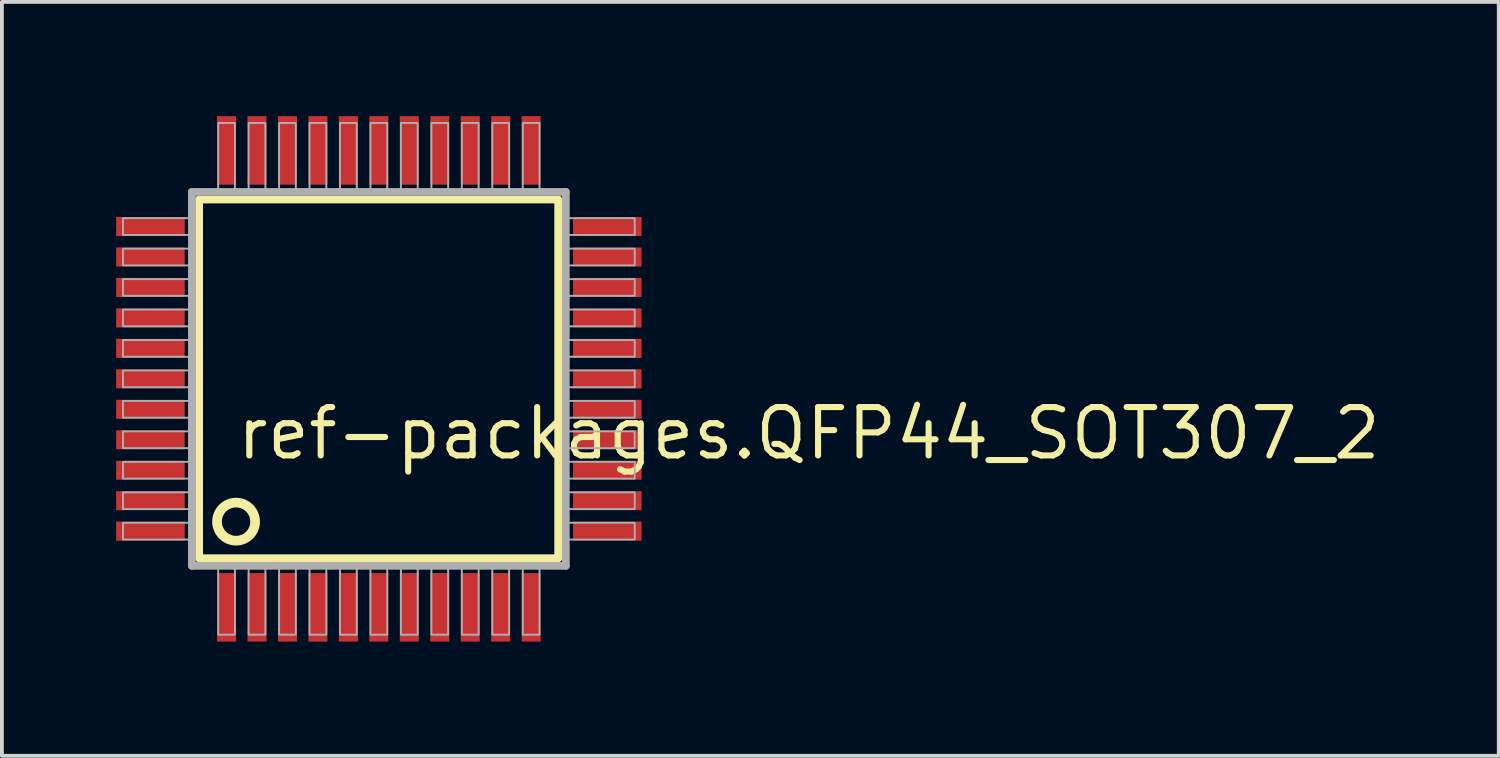
<source format=kicad_pcb>
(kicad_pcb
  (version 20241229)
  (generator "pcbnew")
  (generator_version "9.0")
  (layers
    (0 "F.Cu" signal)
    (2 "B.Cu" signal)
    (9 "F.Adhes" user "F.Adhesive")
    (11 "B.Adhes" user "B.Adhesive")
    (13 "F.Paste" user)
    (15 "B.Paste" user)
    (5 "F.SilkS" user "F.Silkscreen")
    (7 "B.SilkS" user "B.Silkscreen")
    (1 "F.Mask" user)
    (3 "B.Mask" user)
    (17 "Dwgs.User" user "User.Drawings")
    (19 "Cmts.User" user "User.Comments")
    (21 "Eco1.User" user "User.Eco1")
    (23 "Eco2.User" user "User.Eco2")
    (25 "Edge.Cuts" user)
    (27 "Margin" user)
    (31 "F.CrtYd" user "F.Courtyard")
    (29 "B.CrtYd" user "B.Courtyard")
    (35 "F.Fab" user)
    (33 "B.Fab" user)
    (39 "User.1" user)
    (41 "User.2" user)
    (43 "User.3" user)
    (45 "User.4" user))
  (footprint "ref-packages.QFP44_SOT307_2"
    (layer "F.Cu")
    (at 6.9 6.9)
    (property "Reference" "ref-packages.QFP44_SOT307_2" (at -3.81 2.175 0) (layer "F.SilkS") (effects (font (size 1.27 1.27) (thickness 0.16)) (justify left bottom)))
    (attr smd)
    (fp_line (start -4.72 -4.71) (end 4.71 -4.71) (stroke (width 0.203) (type default)) (layer "F.SilkS"))
    (fp_line (start -4.72 4.71) (end -4.72 -4.71) (stroke (width 0.203) (type default)) (layer "F.SilkS"))
    (fp_line (start 4.71 -4.71) (end 4.71 4.71) (stroke (width 0.203) (type default)) (layer "F.SilkS"))
    (fp_line (start 4.71 4.71) (end -4.72 4.71) (stroke (width 0.203) (type default)) (layer "F.SilkS"))
    (fp_circle (center -3.75 3.75) (end -3.25 3.75) (stroke (width 0.254) (type default)) (fill no) (layer "F.SilkS"))
    (fp_line (start -4.91 -4.91) (end -4.91 4.91) (stroke (width 0.203) (type default)) (layer "F.Fab"))
    (fp_line (start -4.91 4.91) (end 4.91 4.91) (stroke (width 0.203) (type default)) (layer "F.Fab"))
    (fp_line (start 4.91 -4.91) (end -4.91 -4.91) (stroke (width 0.203) (type default)) (layer "F.Fab"))
    (fp_line (start 4.91 4.91) (end 4.91 -4.91) (stroke (width 0.203) (type default)) (layer "F.Fab"))
    (fp_rect (start -6.72 -3.78) (end -4.95 -4.22) (stroke (width 0.05) (type default)) (fill no) (layer "F.Fab"))
    (fp_rect (start -6.72 -2.98) (end -4.95 -3.42) (stroke (width 0.05) (type default)) (fill no) (layer "F.Fab"))
    (fp_rect (start -6.72 -2.18) (end -4.95 -2.62) (stroke (width 0.05) (type default)) (fill no) (layer "F.Fab"))
    (fp_rect (start -6.72 -1.38) (end -4.95 -1.82) (stroke (width 0.05) (type default)) (fill no) (layer "F.Fab"))
    (fp_rect (start -6.72 -0.58) (end -4.95 -1.02) (stroke (width 0.05) (type default)) (fill no) (layer "F.Fab"))
    (fp_rect (start -6.72 0.22) (end -4.95 -0.22) (stroke (width 0.05) (type default)) (fill no) (layer "F.Fab"))
    (fp_rect (start -6.72 1.02) (end -4.95 0.58) (stroke (width 0.05) (type default)) (fill no) (layer "F.Fab"))
    (fp_rect (start -6.72 1.82) (end -4.95 1.38) (stroke (width 0.05) (type default)) (fill no) (layer "F.Fab"))
    (fp_rect (start -6.72 2.62) (end -4.95 2.18) (stroke (width 0.05) (type default)) (fill no) (layer "F.Fab"))
    (fp_rect (start -6.72 3.42) (end -4.95 2.98) (stroke (width 0.05) (type default)) (fill no) (layer "F.Fab"))
    (fp_rect (start -6.72 4.22) (end -4.95 3.78) (stroke (width 0.05) (type default)) (fill no) (layer "F.Fab"))
    (fp_rect (start -4.22 -4.95) (end -3.78 -6.72) (stroke (width 0.05) (type default)) (fill no) (layer "F.Fab"))
    (fp_rect (start -4.22 6.72) (end -3.78 4.95) (stroke (width 0.05) (type default)) (fill no) (layer "F.Fab"))
    (fp_rect (start -3.42 -4.95) (end -2.98 -6.72) (stroke (width 0.05) (type default)) (fill no) (layer "F.Fab"))
    (fp_rect (start -3.42 6.72) (end -2.98 4.95) (stroke (width 0.05) (type default)) (fill no) (layer "F.Fab"))
    (fp_rect (start -2.62 -4.95) (end -2.18 -6.72) (stroke (width 0.05) (type default)) (fill no) (layer "F.Fab"))
    (fp_rect (start -2.62 6.72) (end -2.18 4.95) (stroke (width 0.05) (type default)) (fill no) (layer "F.Fab"))
    (fp_rect (start -1.82 -4.95) (end -1.38 -6.72) (stroke (width 0.05) (type default)) (fill no) (layer "F.Fab"))
    (fp_rect (start -1.82 6.72) (end -1.38 4.95) (stroke (width 0.05) (type default)) (fill no) (layer "F.Fab"))
    (fp_rect (start -1.02 -4.95) (end -0.58 -6.72) (stroke (width 0.05) (type default)) (fill no) (layer "F.Fab"))
    (fp_rect (start -1.02 6.72) (end -0.58 4.95) (stroke (width 0.05) (type default)) (fill no) (layer "F.Fab"))
    (fp_rect (start -0.22 -4.95) (end 0.22 -6.72) (stroke (width 0.05) (type default)) (fill no) (layer "F.Fab"))
    (fp_rect (start -0.22 6.72) (end 0.22 4.95) (stroke (width 0.05) (type default)) (fill no) (layer "F.Fab"))
    (fp_rect (start 0.58 -4.95) (end 1.02 -6.72) (stroke (width 0.05) (type default)) (fill no) (layer "F.Fab"))
    (fp_rect (start 0.58 6.72) (end 1.02 4.95) (stroke (width 0.05) (type default)) (fill no) (layer "F.Fab"))
    (fp_rect (start 1.38 -4.95) (end 1.82 -6.72) (stroke (width 0.05) (type default)) (fill no) (layer "F.Fab"))
    (fp_rect (start 1.38 6.72) (end 1.82 4.95) (stroke (width 0.05) (type default)) (fill no) (layer "F.Fab"))
    (fp_rect (start 2.18 -4.95) (end 2.62 -6.72) (stroke (width 0.05) (type default)) (fill no) (layer "F.Fab"))
    (fp_rect (start 2.18 6.72) (end 2.62 4.95) (stroke (width 0.05) (type default)) (fill no) (layer "F.Fab"))
    (fp_rect (start 2.98 -4.95) (end 3.42 -6.72) (stroke (width 0.05) (type default)) (fill no) (layer "F.Fab"))
    (fp_rect (start 2.98 6.72) (end 3.42 4.95) (stroke (width 0.05) (type default)) (fill no) (layer "F.Fab"))
    (fp_rect (start 3.78 -4.95) (end 4.22 -6.72) (stroke (width 0.05) (type default)) (fill no) (layer "F.Fab"))
    (fp_rect (start 3.78 6.72) (end 4.22 4.95) (stroke (width 0.05) (type default)) (fill no) (layer "F.Fab"))
    (fp_rect (start 4.95 -3.78) (end 6.72 -4.22) (stroke (width 0.05) (type default)) (fill no) (layer "F.Fab"))
    (fp_rect (start 4.95 -2.98) (end 6.72 -3.42) (stroke (width 0.05) (type default)) (fill no) (layer "F.Fab"))
    (fp_rect (start 4.95 -2.18) (end 6.72 -2.62) (stroke (width 0.05) (type default)) (fill no) (layer "F.Fab"))
    (fp_rect (start 4.95 -1.38) (end 6.72 -1.82) (stroke (width 0.05) (type default)) (fill no) (layer "F.Fab"))
    (fp_rect (start 4.95 -0.58) (end 6.72 -1.02) (stroke (width 0.05) (type default)) (fill no) (layer "F.Fab"))
    (fp_rect (start 4.95 0.22) (end 6.72 -0.22) (stroke (width 0.05) (type default)) (fill no) (layer "F.Fab"))
    (fp_rect (start 4.95 1.02) (end 6.72 0.58) (stroke (width 0.05) (type default)) (fill no) (layer "F.Fab"))
    (fp_rect (start 4.95 1.82) (end 6.72 1.38) (stroke (width 0.05) (type default)) (fill no) (layer "F.Fab"))
    (fp_rect (start 4.95 2.62) (end 6.72 2.18) (stroke (width 0.05) (type default)) (fill no) (layer "F.Fab"))
    (fp_rect (start 4.95 3.42) (end 6.72 2.98) (stroke (width 0.05) (type default)) (fill no) (layer "F.Fab"))
    (fp_rect (start 4.95 4.22) (end 6.72 3.78) (stroke (width 0.05) (type default)) (fill no) (layer "F.Fab"))
    (pad "1" smd roundrect (at -4 6) (size 0.5 1.8) (layers "F.Cu" "F.Mask" "F.Paste") (roundrect_rratio 0.01))
    (pad "2" smd roundrect (at -3.2 6) (size 0.5 1.8) (layers "F.Cu" "F.Mask" "F.Paste") (roundrect_rratio 0.01))
    (pad "3" smd roundrect (at -2.4 6) (size 0.5 1.8) (layers "F.Cu" "F.Mask" "F.Paste") (roundrect_rratio 0.01))
    (pad "4" smd roundrect (at -1.6 6) (size 0.5 1.8) (layers "F.Cu" "F.Mask" "F.Paste") (roundrect_rratio 0.01))
    (pad "5" smd roundrect (at -0.8 6) (size 0.5 1.8) (layers "F.Cu" "F.Mask" "F.Paste") (roundrect_rratio 0.01))
    (pad "6" smd roundrect (at 0 6) (size 0.5 1.8) (layers "F.Cu" "F.Mask" "F.Paste") (roundrect_rratio 0.01))
    (pad "7" smd roundrect (at 0.8 6) (size 0.5 1.8) (layers "F.Cu" "F.Mask" "F.Paste") (roundrect_rratio 0.01))
    (pad "8" smd roundrect (at 1.6 6) (size 0.5 1.8) (layers "F.Cu" "F.Mask" "F.Paste") (roundrect_rratio 0.01))
    (pad "9" smd roundrect (at 2.4 6) (size 0.5 1.8) (layers "F.Cu" "F.Mask" "F.Paste") (roundrect_rratio 0.01))
    (pad "10" smd roundrect (at 3.2 6) (size 0.5 1.8) (layers "F.Cu" "F.Mask" "F.Paste") (roundrect_rratio 0.01))
    (pad "11" smd roundrect (at 4 6) (size 0.5 1.8) (layers "F.Cu" "F.Mask" "F.Paste") (roundrect_rratio 0.01))
    (pad "12" smd roundrect (at 6 4) (size 1.8 0.5) (layers "F.Cu" "F.Mask" "F.Paste") (roundrect_rratio 0.01))
    (pad "13" smd roundrect (at 6 3.2) (size 1.8 0.5) (layers "F.Cu" "F.Mask" "F.Paste") (roundrect_rratio 0.01))
    (pad "14" smd roundrect (at 6 2.4) (size 1.8 0.5) (layers "F.Cu" "F.Mask" "F.Paste") (roundrect_rratio 0.01))
    (pad "15" smd roundrect (at 6 1.6) (size 1.8 0.5) (layers "F.Cu" "F.Mask" "F.Paste") (roundrect_rratio 0.01))
    (pad "16" smd roundrect (at 6 0.8) (size 1.8 0.5) (layers "F.Cu" "F.Mask" "F.Paste") (roundrect_rratio 0.01))
    (pad "17" smd roundrect (at 6 0) (size 1.8 0.5) (layers "F.Cu" "F.Mask" "F.Paste") (roundrect_rratio 0.01))
    (pad "18" smd roundrect (at 6 -0.8) (size 1.8 0.5) (layers "F.Cu" "F.Mask" "F.Paste") (roundrect_rratio 0.01))
    (pad "19" smd roundrect (at 6 -1.6) (size 1.8 0.5) (layers "F.Cu" "F.Mask" "F.Paste") (roundrect_rratio 0.01))
    (pad "20" smd roundrect (at 6 -2.4) (size 1.8 0.5) (layers "F.Cu" "F.Mask" "F.Paste") (roundrect_rratio 0.01))
    (pad "21" smd roundrect (at 6 -3.2) (size 1.8 0.5) (layers "F.Cu" "F.Mask" "F.Paste") (roundrect_rratio 0.01))
    (pad "22" smd roundrect (at 6 -4) (size 1.8 0.5) (layers "F.Cu" "F.Mask" "F.Paste") (roundrect_rratio 0.01))
    (pad "23" smd roundrect (at 4 -6) (size 0.5 1.8) (layers "F.Cu" "F.Mask" "F.Paste") (roundrect_rratio 0.01))
    (pad "24" smd roundrect (at 3.2 -6) (size 0.5 1.8) (layers "F.Cu" "F.Mask" "F.Paste") (roundrect_rratio 0.01))
    (pad "25" smd roundrect (at 2.4 -6) (size 0.5 1.8) (layers "F.Cu" "F.Mask" "F.Paste") (roundrect_rratio 0.01))
    (pad "26" smd roundrect (at 1.6 -6) (size 0.5 1.8) (layers "F.Cu" "F.Mask" "F.Paste") (roundrect_rratio 0.01))
    (pad "27" smd roundrect (at 0.8 -6) (size 0.5 1.8) (layers "F.Cu" "F.Mask" "F.Paste") (roundrect_rratio 0.01))
    (pad "28" smd roundrect (at 0 -6) (size 0.5 1.8) (layers "F.Cu" "F.Mask" "F.Paste") (roundrect_rratio 0.01))
    (pad "29" smd roundrect (at -0.8 -6) (size 0.5 1.8) (layers "F.Cu" "F.Mask" "F.Paste") (roundrect_rratio 0.01))
    (pad "30" smd roundrect (at -1.6 -6) (size 0.5 1.8) (layers "F.Cu" "F.Mask" "F.Paste") (roundrect_rratio 0.01))
    (pad "31" smd roundrect (at -2.4 -6) (size 0.5 1.8) (layers "F.Cu" "F.Mask" "F.Paste") (roundrect_rratio 0.01))
    (pad "32" smd roundrect (at -3.2 -6) (size 0.5 1.8) (layers "F.Cu" "F.Mask" "F.Paste") (roundrect_rratio 0.01))
    (pad "33" smd roundrect (at -4 -6) (size 0.5 1.8) (layers "F.Cu" "F.Mask" "F.Paste") (roundrect_rratio 0.01))
    (pad "34" smd roundrect (at -6 -4) (size 1.8 0.5) (layers "F.Cu" "F.Mask" "F.Paste") (roundrect_rratio 0.01))
    (pad "35" smd roundrect (at -6 -3.2) (size 1.8 0.5) (layers "F.Cu" "F.Mask" "F.Paste") (roundrect_rratio 0.01))
    (pad "36" smd roundrect (at -6 -2.4) (size 1.8 0.5) (layers "F.Cu" "F.Mask" "F.Paste") (roundrect_rratio 0.01))
    (pad "37" smd roundrect (at -6 -1.6) (size 1.8 0.5) (layers "F.Cu" "F.Mask" "F.Paste") (roundrect_rratio 0.01))
    (pad "38" smd roundrect (at -6 -0.8) (size 1.8 0.5) (layers "F.Cu" "F.Mask" "F.Paste") (roundrect_rratio 0.01))
    (pad "39" smd roundrect (at -6 0) (size 1.8 0.5) (layers "F.Cu" "F.Mask" "F.Paste") (roundrect_rratio 0.01))
    (pad "40" smd roundrect (at -6 0.8) (size 1.8 0.5) (layers "F.Cu" "F.Mask" "F.Paste") (roundrect_rratio 0.01))
    (pad "41" smd roundrect (at -6 1.6) (size 1.8 0.5) (layers "F.Cu" "F.Mask" "F.Paste") (roundrect_rratio 0.01))
    (pad "42" smd roundrect (at -6 2.4) (size 1.8 0.5) (layers "F.Cu" "F.Mask" "F.Paste") (roundrect_rratio 0.01))
    (pad "43" smd roundrect (at -6 3.2) (size 1.8 0.5) (layers "F.Cu" "F.Mask" "F.Paste") (roundrect_rratio 0.01))
    (pad "44" smd roundrect (at -6 4) (size 1.8 0.5) (layers "F.Cu" "F.Mask" "F.Paste") (roundrect_rratio 0.01)))
  (gr_rect
    (start -3 -3)
    (end 36.312 16.8)
    (stroke (width 0.1) (type default))
    (fill no)
    (layer "Edge.Cuts")))
</source>
